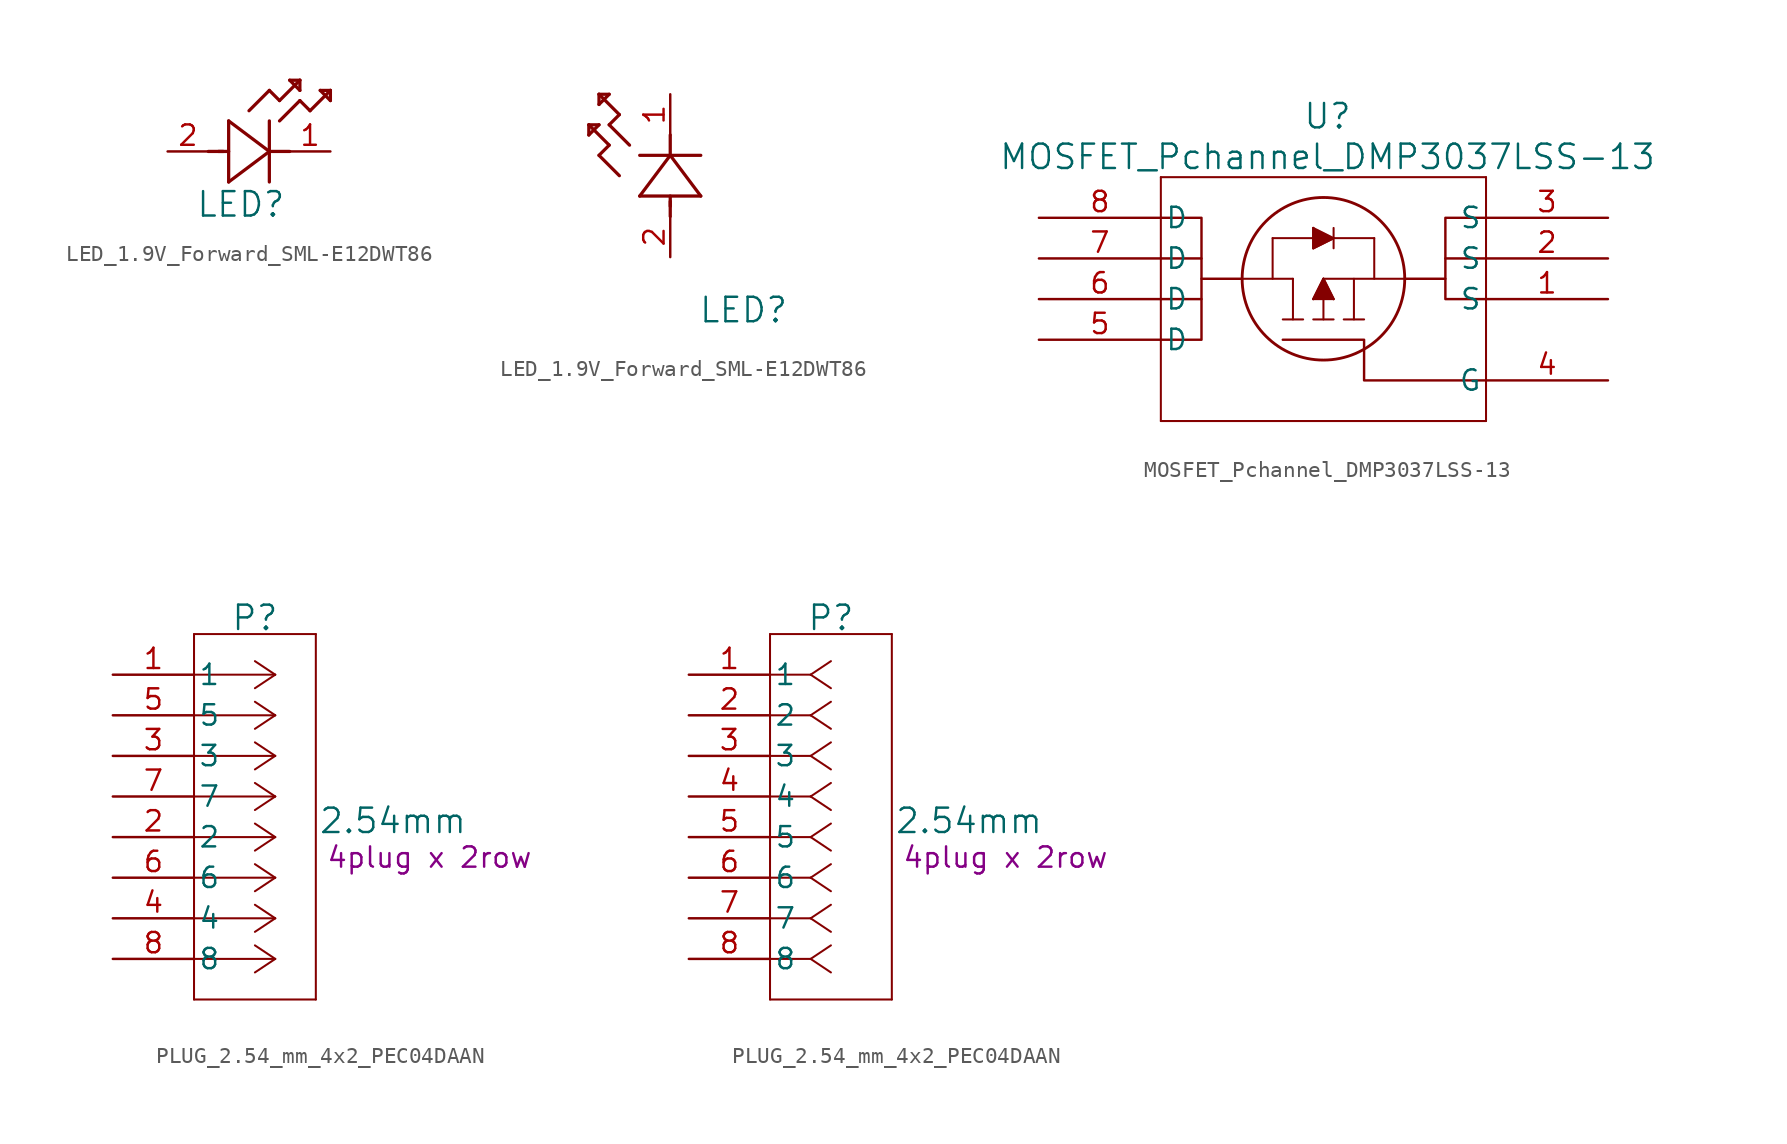
<source format=kicad_sym>
(kicad_symbol_lib
  (version 20241209)
  (generator "kicad_symbol_editor")
  (generator_version "9.0")
  (symbol "LED_1.9V_Forward_SML-E12DWT86"
    (pin_names
      (offset 0.254))
    (property "Reference" "LED"
      (at 4.572 -3.302 0)
      (effects (font (size 1.524 1.524))))
    (property "ki_locked" ""
      (at 0 0 0)
      (effects (font (size 1.27 1.27))))
    (symbol "LED_1.9V_Forward_SML-E12DWT86_1_1"
      (polyline (pts (xy 2.54 0) (xy 3.48 0)) (stroke (width 0.203) (type default)) (fill (type none)))
      (polyline (pts (xy 3.175 0) (xy 3.81 0)) (stroke (width 0.203) (type default)) (fill (type none)))
      (polyline (pts (xy 3.81 1.905) (xy 3.81 -1.905)) (stroke (width 0.203) (type default)) (fill (type none)))
      (polyline (pts (xy 3.81 -1.905) (xy 6.35 0)) (stroke (width 0.203) (type default)) (fill (type none)))
      (polyline (pts (xy 5.08 2.54) (xy 6.35 3.81)) (stroke (width 0.203) (type default)) (fill (type none)))
      (polyline (pts (xy 6.35 3.81) (xy 6.985 3.175)) (stroke (width 0.203) (type default)) (fill (type none)))
      (polyline (pts (xy 6.35 0) (xy 3.81 1.905)) (stroke (width 0.203) (type default)) (fill (type none)))
      (polyline (pts (xy 6.35 0) (xy 7.62 0)) (stroke (width 0.203) (type default)) (fill (type none)))
      (polyline (pts (xy 6.35 -1.905) (xy 6.35 1.905)) (stroke (width 0.203) (type default)) (fill (type none)))
      (polyline (pts (xy 6.985 3.175) (xy 8.255 4.445)) (stroke (width 0.203) (type default)) (fill (type none)))
      (polyline (pts (xy 6.985 1.905) (xy 8.255 3.175)) (stroke (width 0.203) (type default)) (fill (type none)))
      (polyline (pts (xy 7.62 4.445) (xy 8.255 3.81)) (stroke (width 0.203) (type default)) (fill (type none)))
      (polyline (pts (xy 8.255 4.445) (xy 7.62 4.445)) (stroke (width 0.203) (type default)) (fill (type none)))
      (polyline (pts (xy 8.255 3.81) (xy 8.255 4.445)) (stroke (width 0.203) (type default)) (fill (type none)))
      (polyline (pts (xy 8.255 3.175) (xy 8.89 2.54)) (stroke (width 0.203) (type default)) (fill (type none)))
      (polyline (pts (xy 8.89 2.54) (xy 10.16 3.81)) (stroke (width 0.203) (type default)) (fill (type none)))
      (polyline (pts (xy 9.525 3.81) (xy 10.16 3.175)) (stroke (width 0.203) (type default)) (fill (type none)))
      (polyline (pts (xy 10.16 3.81) (xy 9.525 3.81)) (stroke (width 0.203) (type default)) (fill (type none)))
      (polyline (pts (xy 10.16 3.175) (xy 10.16 3.81)) (stroke (width 0.203) (type default)) (fill (type none)))
      (pin unspecified line (at 0 0 0) (length 2.54) (name "" (effects (font (size 1.27 1.27)))) (number "2" (effects (font (size 1.27 1.27)))))
      (pin unspecified line (at 10.16 0 180) (length 2.54) (name "" (effects (font (size 1.27 1.27)))) (number "1" (effects (font (size 1.27 1.27))))))
    (symbol "LED_1.9V_Forward_SML-E12DWT86_1_2"
      (polyline (pts (xy -5.08 8.255) (xy -5.08 7.62)) (stroke (width 0.203) (type default)) (fill (type none)))
      (polyline (pts (xy -5.08 7.62) (xy -4.445 8.255)) (stroke (width 0.203) (type default)) (fill (type none)))
      (polyline (pts (xy -4.445 10.16) (xy -4.445 9.525)) (stroke (width 0.203) (type default)) (fill (type none)))
      (polyline (pts (xy -4.445 9.525) (xy -3.81 10.16)) (stroke (width 0.203) (type default)) (fill (type none)))
      (polyline (pts (xy -4.445 8.255) (xy -5.08 8.255)) (stroke (width 0.203) (type default)) (fill (type none)))
      (polyline (pts (xy -4.445 6.35) (xy -3.81 6.985)) (stroke (width 0.203) (type default)) (fill (type none)))
      (polyline (pts (xy -3.81 10.16) (xy -4.445 10.16)) (stroke (width 0.203) (type default)) (fill (type none)))
      (polyline (pts (xy -3.81 8.255) (xy -3.175 8.89)) (stroke (width 0.203) (type default)) (fill (type none)))
      (polyline (pts (xy -3.81 6.985) (xy -5.08 8.255)) (stroke (width 0.203) (type default)) (fill (type none)))
      (polyline (pts (xy -3.175 8.89) (xy -4.445 10.16)) (stroke (width 0.203) (type default)) (fill (type none)))
      (polyline (pts (xy -3.175 5.08) (xy -4.445 6.35)) (stroke (width 0.203) (type default)) (fill (type none)))
      (polyline (pts (xy -2.54 6.985) (xy -3.81 8.255)) (stroke (width 0.203) (type default)) (fill (type none)))
      (polyline (pts (xy -1.905 3.81) (xy 1.905 3.81)) (stroke (width 0.203) (type default)) (fill (type none)))
      (polyline (pts (xy 0 6.35) (xy -1.905 3.81)) (stroke (width 0.203) (type default)) (fill (type none)))
      (polyline (pts (xy 0 6.35) (xy 0 7.62)) (stroke (width 0.203) (type default)) (fill (type none)))
      (polyline (pts (xy 0 3.175) (xy 0 3.81)) (stroke (width 0.203) (type default)) (fill (type none)))
      (polyline (pts (xy 0 2.54) (xy 0 3.48)) (stroke (width 0.203) (type default)) (fill (type none)))
      (polyline (pts (xy 1.905 6.35) (xy -1.905 6.35)) (stroke (width 0.203) (type default)) (fill (type none)))
      (polyline (pts (xy 1.905 3.81) (xy 0 6.35)) (stroke (width 0.203) (type default)) (fill (type none)))
      (pin unspecified line (at 0 10.16 270) (length 2.54) (name "" (effects (font (size 1.27 1.27)))) (number "1" (effects (font (size 1.27 1.27)))))
      (pin unspecified line (at 0 0 90) (length 2.54) (name "" (effects (font (size 1.27 1.27)))) (number "2" (effects (font (size 1.27 1.27)))))))
  (symbol "MOSFET_Pchannel_DMP3037LSS-13"
    (pin_names
      (offset 0.254))
    (property "Reference" "U"
      (at 0.254 8.89 0)
      (effects (font (size 1.524 1.524))))
    (property "Value" "MOSFET_Pchannel_DMP3037LSS-13"
      (at 0.254 6.35 0)
      (effects (font (size 1.524 1.524))))
    (property "ki_locked" ""
      (at 0 0 0)
      (effects (font (size 1.27 1.27))))
    (symbol "MOSFET_Pchannel_DMP3037LSS-13_0_1"
      (polyline (pts (xy -10.16 5.08) (xy -10.16 -10.16)) (stroke (width 0.127) (type default)) (fill (type none)))
      (polyline (pts (xy -10.16 -10.16) (xy 10.16 -10.16)) (stroke (width 0.127) (type default)) (fill (type none)))
      (polyline (pts (xy -5.08 -1.27) (xy -1.905 -1.27)) (stroke (width 0.127) (type default)) (fill (type none)))
      (polyline (pts (xy -3.175 1.27) (xy 3.175 1.27)) (stroke (width 0.127) (type default)) (fill (type none)))
      (polyline (pts (xy -3.175 -1.27) (xy -3.175 1.27)) (stroke (width 0.127) (type default)) (fill (type none)))
      (polyline (pts (xy -1.905 -3.81) (xy -1.905 -1.27)) (stroke (width 0.127) (type default)) (fill (type none)))
      (polyline (pts (xy -1.27 -3.81) (xy -2.54 -3.81)) (stroke (width 0.127) (type default)) (fill (type none)))
      (polyline (pts (xy -0.635 1.905) (xy -0.635 0.635)) (stroke (width 0.127) (type default)) (fill (type none)))
      (polyline (pts (xy -0.635 1.905) (xy -0.635 0.635) (xy 0.635 1.27)) (stroke (width 0) (type default)) (fill (type outline)))
      (polyline (pts (xy -0.635 0.635) (xy 0.635 1.27)) (stroke (width 0.127) (type default)) (fill (type none)))
      (polyline (pts (xy -0.635 -2.54) (xy 0 -1.27)) (stroke (width 0.127) (type default)) (fill (type none)))
      (polyline (pts (xy -0.635 -3.81) (xy 0.635 -3.81)) (stroke (width 0.127) (type default)) (fill (type none)))
      (polyline (pts (xy 0 -1.27) (xy 0 -3.81)) (stroke (width 0.127) (type default)) (fill (type none)))
      (polyline (pts (xy 0 -1.27) (xy 0.635 -2.54)) (stroke (width 0.127) (type default)) (fill (type none)))
      (polyline (pts (xy 0.635 1.905) (xy 0.635 0.635)) (stroke (width 0.127) (type default)) (fill (type none)))
      (polyline (pts (xy 0.635 1.27) (xy -0.635 1.905)) (stroke (width 0.127) (type default)) (fill (type none)))
      (polyline (pts (xy 0.635 -2.54) (xy -0.635 -2.54)) (stroke (width 0.127) (type default)) (fill (type none)))
      (polyline (pts (xy 0.635 -2.54) (xy 0 -1.27) (xy -0.635 -2.54)) (stroke (width 0) (type default)) (fill (type outline)))
      (polyline (pts (xy 1.27 -3.81) (xy 2.54 -3.81)) (stroke (width 0.127) (type default)) (fill (type none)))
      (polyline (pts (xy 1.905 -3.81) (xy 1.905 -1.27)) (stroke (width 0.127) (type default)) (fill (type none)))
      (polyline (pts (xy 3.175 1.27) (xy 3.175 -1.27)) (stroke (width 0.127) (type default)) (fill (type none)))
      (polyline (pts (xy 5.08 -1.27) (xy 0 -1.27)) (stroke (width 0.127) (type default)) (fill (type none)))
      (polyline (pts (xy 10.16 5.08) (xy -10.16 5.08)) (stroke (width 0.127) (type default)) (fill (type none)))
      (polyline (pts (xy 10.16 -10.16) (xy 10.16 5.08)) (stroke (width 0.127) (type default)) (fill (type none)))
      (pin unspecified line (at -17.78 2.54 0) (length 7.62) (name "D" (effects (font (size 1.27 1.27)))) (number "8" (effects (font (size 1.27 1.27)))))
      (pin unspecified line (at -17.78 0 0) (length 7.62) (name "D" (effects (font (size 1.27 1.27)))) (number "7" (effects (font (size 1.27 1.27)))))
      (pin unspecified line (at -17.78 -2.54 0) (length 7.62) (name "D" (effects (font (size 1.27 1.27)))) (number "6" (effects (font (size 1.27 1.27)))))
      (pin unspecified line (at -17.78 -5.08 0) (length 7.62) (name "D" (effects (font (size 1.27 1.27)))) (number "5" (effects (font (size 1.27 1.27)))))
      (pin unspecified line (at 17.78 2.54 180) (length 7.62) (name "S" (effects (font (size 1.27 1.27)))) (number "3" (effects (font (size 1.27 1.27)))))
      (pin unspecified line (at 17.78 0 180) (length 7.62) (name "S" (effects (font (size 1.27 1.27)))) (number "2" (effects (font (size 1.27 1.27)))))
      (pin unspecified line (at 17.78 -2.54 180) (length 7.62) (name "S" (effects (font (size 1.27 1.27)))) (number "1" (effects (font (size 1.27 1.27)))))
      (pin unspecified line (at 17.78 -7.62 180) (length 7.62) (name "G" (effects (font (size 1.27 1.27)))) (number "4" (effects (font (size 1.27 1.27))))))
    (symbol "MOSFET_Pchannel_DMP3037LSS-13_1_1"
      (polyline (pts (xy -10.16 2.54) (xy -7.62 2.54) (xy -7.62 -5.08) (xy -10.16 -5.08)) (stroke (width 0) (type default)) (fill (type none)))
      (polyline (pts (xy -10.16 0) (xy -7.62 0)) (stroke (width 0) (type default)) (fill (type none)))
      (polyline (pts (xy -10.16 -2.54) (xy -7.62 -2.54)) (stroke (width 0) (type default)) (fill (type none)))
      (polyline (pts (xy -5.08 -1.27) (xy -7.62 -1.27)) (stroke (width 0) (type default)) (fill (type none)))
      (polyline (pts (xy -2.54 -5.08) (xy 2.54 -5.08) (xy 2.54 -7.62) (xy 10.16 -7.62)) (stroke (width 0) (type default)) (fill (type none)))
      (circle (center 0 -1.27) (radius 5.08) (stroke (width 0.178) (type default)) (fill (type none)))
      (polyline (pts (xy 5.08 -1.27) (xy 7.62 -1.27)) (stroke (width 0) (type default)) (fill (type none)))
      (polyline (pts (xy 10.16 2.54) (xy 7.62 2.54) (xy 7.62 -2.54) (xy 10.16 -2.54)) (stroke (width 0) (type default)) (fill (type none)))
      (polyline (pts (xy 10.16 0) (xy 7.62 0)) (stroke (width 0) (type default)) (fill (type none)))))
  (symbol "PLUG_2.54_mm_4x2_PEC04DAAN"
    (pin_names
      (offset 0.254))
    (property "Reference" "P"
      (at 8.89 3.556 0)
      (effects (font (size 1.524 1.524))))
    (property "Value" "2.54mm"
      (at 17.526 -9.144 0)
      (effects (font (size 1.524 1.524))))
    (property "Description" "4plug x 2row"
      (at 19.812 -11.43 0)
      (effects (font (size 1.27 1.27))))
    (symbol "PLUG_2.54_mm_4x2_PEC04DAAN_1_1"
      (polyline (pts (xy 5.08 2.54) (xy 5.08 -20.32)) (stroke (width 0.127) (type default)) (fill (type none)))
      (polyline (pts (xy 5.08 -20.32) (xy 12.7 -20.32)) (stroke (width 0.127) (type default)) (fill (type none)))
      (polyline (pts (xy 10.16 0) (xy 5.08 0)) (stroke (width 0.127) (type default)) (fill (type none)))
      (polyline (pts (xy 10.16 0) (xy 8.89 0.847)) (stroke (width 0.127) (type default)) (fill (type none)))
      (polyline (pts (xy 10.16 0) (xy 8.89 -0.847)) (stroke (width 0.127) (type default)) (fill (type none)))
      (polyline (pts (xy 10.16 -2.54) (xy 5.08 -2.54)) (stroke (width 0.127) (type default)) (fill (type none)))
      (polyline (pts (xy 10.16 -2.54) (xy 8.89 -1.693)) (stroke (width 0.127) (type default)) (fill (type none)))
      (polyline (pts (xy 10.16 -2.54) (xy 8.89 -3.387)) (stroke (width 0.127) (type default)) (fill (type none)))
      (polyline (pts (xy 10.16 -5.08) (xy 5.08 -5.08)) (stroke (width 0.127) (type default)) (fill (type none)))
      (polyline (pts (xy 10.16 -5.08) (xy 8.89 -4.233)) (stroke (width 0.127) (type default)) (fill (type none)))
      (polyline (pts (xy 10.16 -5.08) (xy 8.89 -5.927)) (stroke (width 0.127) (type default)) (fill (type none)))
      (polyline (pts (xy 10.16 -7.62) (xy 5.08 -7.62)) (stroke (width 0.127) (type default)) (fill (type none)))
      (polyline (pts (xy 10.16 -7.62) (xy 8.89 -6.773)) (stroke (width 0.127) (type default)) (fill (type none)))
      (polyline (pts (xy 10.16 -7.62) (xy 8.89 -8.467)) (stroke (width 0.127) (type default)) (fill (type none)))
      (polyline (pts (xy 10.16 -10.16) (xy 5.08 -10.16)) (stroke (width 0.127) (type default)) (fill (type none)))
      (polyline (pts (xy 10.16 -10.16) (xy 8.89 -9.313)) (stroke (width 0.127) (type default)) (fill (type none)))
      (polyline (pts (xy 10.16 -10.16) (xy 8.89 -11.007)) (stroke (width 0.127) (type default)) (fill (type none)))
      (polyline (pts (xy 10.16 -12.7) (xy 5.08 -12.7)) (stroke (width 0.127) (type default)) (fill (type none)))
      (polyline (pts (xy 10.16 -12.7) (xy 8.89 -11.853)) (stroke (width 0.127) (type default)) (fill (type none)))
      (polyline (pts (xy 10.16 -12.7) (xy 8.89 -13.547)) (stroke (width 0.127) (type default)) (fill (type none)))
      (polyline (pts (xy 10.16 -15.24) (xy 5.08 -15.24)) (stroke (width 0.127) (type default)) (fill (type none)))
      (polyline (pts (xy 10.16 -15.24) (xy 8.89 -14.393)) (stroke (width 0.127) (type default)) (fill (type none)))
      (polyline (pts (xy 10.16 -15.24) (xy 8.89 -16.087)) (stroke (width 0.127) (type default)) (fill (type none)))
      (polyline (pts (xy 10.16 -17.78) (xy 5.08 -17.78)) (stroke (width 0.127) (type default)) (fill (type none)))
      (polyline (pts (xy 10.16 -17.78) (xy 8.89 -16.933)) (stroke (width 0.127) (type default)) (fill (type none)))
      (polyline (pts (xy 10.16 -17.78) (xy 8.89 -18.627)) (stroke (width 0.127) (type default)) (fill (type none)))
      (polyline (pts (xy 12.7 2.54) (xy 5.08 2.54)) (stroke (width 0.127) (type default)) (fill (type none)))
      (polyline (pts (xy 12.7 -20.32) (xy 12.7 2.54)) (stroke (width 0.127) (type default)) (fill (type none)))
      (pin unspecified line (at 0 0 0) (length 5.08) (name "1" (effects (font (size 1.27 1.27)))) (number "1" (effects (font (size 1.27 1.27)))))
      (pin unspecified line (at 0 -2.54 0) (length 5.08) (name "5" (effects (font (size 1.27 1.27)))) (number "5" (effects (font (size 1.27 1.27)))))
      (pin unspecified line (at 0 -5.08 0) (length 5.08) (name "3" (effects (font (size 1.27 1.27)))) (number "3" (effects (font (size 1.27 1.27)))))
      (pin unspecified line (at 0 -7.62 0) (length 5.08) (name "7" (effects (font (size 1.27 1.27)))) (number "7" (effects (font (size 1.27 1.27)))))
      (pin unspecified line (at 0 -10.16 0) (length 5.08) (name "2" (effects (font (size 1.27 1.27)))) (number "2" (effects (font (size 1.27 1.27)))))
      (pin unspecified line (at 0 -12.7 0) (length 5.08) (name "6" (effects (font (size 1.27 1.27)))) (number "6" (effects (font (size 1.27 1.27)))))
      (pin unspecified line (at 0 -15.24 0) (length 5.08) (name "4" (effects (font (size 1.27 1.27)))) (number "4" (effects (font (size 1.27 1.27)))))
      (pin unspecified line (at 0 -17.78 0) (length 5.08) (name "8" (effects (font (size 1.27 1.27)))) (number "8" (effects (font (size 1.27 1.27))))))
    (symbol "PLUG_2.54_mm_4x2_PEC04DAAN_1_2"
      (polyline (pts (xy 5.08 2.54) (xy 5.08 -20.32)) (stroke (width 0.127) (type default)) (fill (type none)))
      (polyline (pts (xy 5.08 -20.32) (xy 12.7 -20.32)) (stroke (width 0.127) (type default)) (fill (type none)))
      (polyline (pts (xy 7.62 0) (xy 5.08 0)) (stroke (width 0.127) (type default)) (fill (type none)))
      (polyline (pts (xy 7.62 0) (xy 8.89 0.847)) (stroke (width 0.127) (type default)) (fill (type none)))
      (polyline (pts (xy 7.62 0) (xy 8.89 -0.847)) (stroke (width 0.127) (type default)) (fill (type none)))
      (polyline (pts (xy 7.62 -2.54) (xy 5.08 -2.54)) (stroke (width 0.127) (type default)) (fill (type none)))
      (polyline (pts (xy 7.62 -2.54) (xy 8.89 -1.693)) (stroke (width 0.127) (type default)) (fill (type none)))
      (polyline (pts (xy 7.62 -2.54) (xy 8.89 -3.387)) (stroke (width 0.127) (type default)) (fill (type none)))
      (polyline (pts (xy 7.62 -5.08) (xy 5.08 -5.08)) (stroke (width 0.127) (type default)) (fill (type none)))
      (polyline (pts (xy 7.62 -5.08) (xy 8.89 -4.233)) (stroke (width 0.127) (type default)) (fill (type none)))
      (polyline (pts (xy 7.62 -5.08) (xy 8.89 -5.927)) (stroke (width 0.127) (type default)) (fill (type none)))
      (polyline (pts (xy 7.62 -7.62) (xy 5.08 -7.62)) (stroke (width 0.127) (type default)) (fill (type none)))
      (polyline (pts (xy 7.62 -7.62) (xy 8.89 -6.773)) (stroke (width 0.127) (type default)) (fill (type none)))
      (polyline (pts (xy 7.62 -7.62) (xy 8.89 -8.467)) (stroke (width 0.127) (type default)) (fill (type none)))
      (polyline (pts (xy 7.62 -10.16) (xy 5.08 -10.16)) (stroke (width 0.127) (type default)) (fill (type none)))
      (polyline (pts (xy 7.62 -10.16) (xy 8.89 -9.313)) (stroke (width 0.127) (type default)) (fill (type none)))
      (polyline (pts (xy 7.62 -10.16) (xy 8.89 -11.007)) (stroke (width 0.127) (type default)) (fill (type none)))
      (polyline (pts (xy 7.62 -12.7) (xy 5.08 -12.7)) (stroke (width 0.127) (type default)) (fill (type none)))
      (polyline (pts (xy 7.62 -12.7) (xy 8.89 -11.853)) (stroke (width 0.127) (type default)) (fill (type none)))
      (polyline (pts (xy 7.62 -12.7) (xy 8.89 -13.547)) (stroke (width 0.127) (type default)) (fill (type none)))
      (polyline (pts (xy 7.62 -15.24) (xy 5.08 -15.24)) (stroke (width 0.127) (type default)) (fill (type none)))
      (polyline (pts (xy 7.62 -15.24) (xy 8.89 -14.393)) (stroke (width 0.127) (type default)) (fill (type none)))
      (polyline (pts (xy 7.62 -15.24) (xy 8.89 -16.087)) (stroke (width 0.127) (type default)) (fill (type none)))
      (polyline (pts (xy 7.62 -17.78) (xy 5.08 -17.78)) (stroke (width 0.127) (type default)) (fill (type none)))
      (polyline (pts (xy 7.62 -17.78) (xy 8.89 -16.933)) (stroke (width 0.127) (type default)) (fill (type none)))
      (polyline (pts (xy 7.62 -17.78) (xy 8.89 -18.627)) (stroke (width 0.127) (type default)) (fill (type none)))
      (polyline (pts (xy 12.7 2.54) (xy 5.08 2.54)) (stroke (width 0.127) (type default)) (fill (type none)))
      (polyline (pts (xy 12.7 -20.32) (xy 12.7 2.54)) (stroke (width 0.127) (type default)) (fill (type none)))
      (pin unspecified line (at 0 0 0) (length 5.08) (name "1" (effects (font (size 1.27 1.27)))) (number "1" (effects (font (size 1.27 1.27)))))
      (pin unspecified line (at 0 -2.54 0) (length 5.08) (name "2" (effects (font (size 1.27 1.27)))) (number "2" (effects (font (size 1.27 1.27)))))
      (pin unspecified line (at 0 -5.08 0) (length 5.08) (name "3" (effects (font (size 1.27 1.27)))) (number "3" (effects (font (size 1.27 1.27)))))
      (pin unspecified line (at 0 -7.62 0) (length 5.08) (name "4" (effects (font (size 1.27 1.27)))) (number "4" (effects (font (size 1.27 1.27)))))
      (pin unspecified line (at 0 -10.16 0) (length 5.08) (name "5" (effects (font (size 1.27 1.27)))) (number "5" (effects (font (size 1.27 1.27)))))
      (pin unspecified line (at 0 -12.7 0) (length 5.08) (name "6" (effects (font (size 1.27 1.27)))) (number "6" (effects (font (size 1.27 1.27)))))
      (pin unspecified line (at 0 -15.24 0) (length 5.08) (name "7" (effects (font (size 1.27 1.27)))) (number "7" (effects (font (size 1.27 1.27)))))
      (pin unspecified line (at 0 -17.78 0) (length 5.08) (name "8" (effects (font (size 1.27 1.27)))) (number "8" (effects (font (size 1.27 1.27))))))))
</source>
